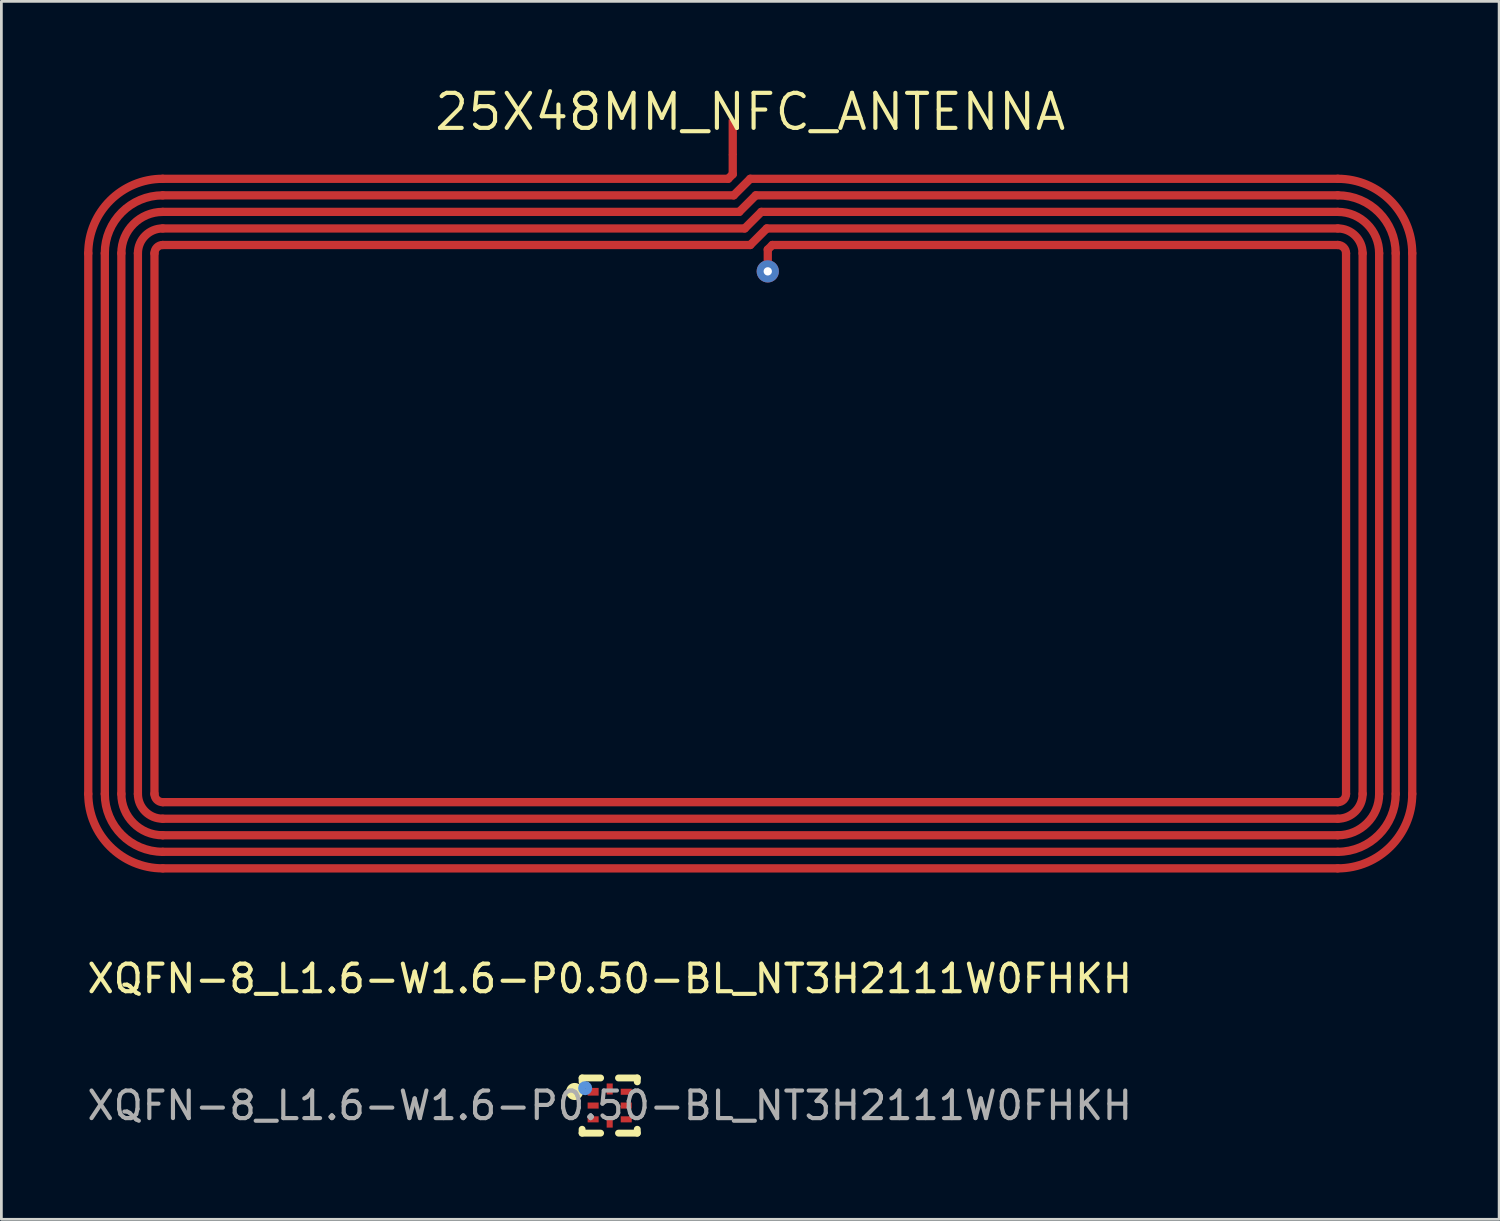
<source format=kicad_pcb>
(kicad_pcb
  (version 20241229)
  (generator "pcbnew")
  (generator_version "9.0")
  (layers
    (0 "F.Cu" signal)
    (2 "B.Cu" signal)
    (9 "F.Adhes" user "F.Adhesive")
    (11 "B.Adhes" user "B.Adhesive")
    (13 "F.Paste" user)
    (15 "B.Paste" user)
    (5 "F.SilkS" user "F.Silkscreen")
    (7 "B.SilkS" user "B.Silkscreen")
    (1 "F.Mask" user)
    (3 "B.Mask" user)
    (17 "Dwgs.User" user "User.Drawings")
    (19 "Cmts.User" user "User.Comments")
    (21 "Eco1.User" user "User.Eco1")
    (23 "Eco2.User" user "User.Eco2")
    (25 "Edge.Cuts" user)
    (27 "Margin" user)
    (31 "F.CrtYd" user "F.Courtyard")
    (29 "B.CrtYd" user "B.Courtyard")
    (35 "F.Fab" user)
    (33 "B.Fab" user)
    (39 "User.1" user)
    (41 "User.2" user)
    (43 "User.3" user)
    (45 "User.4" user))
  (footprint "25X48MM_NFC_ANTENNA"
    (layer "F.Cu")
    (at 24.15 15.932)
    (property "Reference" "25X48MM_NFC_ANTENNA" (at 0 -14.926 0) (layer "F.SilkS") (effects (font (size 1.27 1.27) (thickness 0.15))))
    (fp_line (start -24 -9.8) (end -24 9.8) (stroke (width 0.3) (type default)) (layer "F.Cu"))
    (fp_line (start -23.4 -9.8) (end -23.4 9.8) (stroke (width 0.3) (type default)) (layer "F.Cu"))
    (fp_line (start -22.8 -9.8) (end -22.8 9.8) (stroke (width 0.3) (type default)) (layer "F.Cu"))
    (fp_line (start -22.2 -9.8) (end -22.2 9.8) (stroke (width 0.3) (type default)) (layer "F.Cu"))
    (fp_line (start -21.6 -9.8) (end -21.6 9.8) (stroke (width 0.3) (type default)) (layer "F.Cu"))
    (fp_line (start -21.3 -11.9) (end -0.6 -11.9) (stroke (width 0.3) (type default)) (layer "F.Cu"))
    (fp_line (start -21.3 -11.3) (end -0.4 -11.3) (stroke (width 0.3) (type default)) (layer "F.Cu"))
    (fp_line (start -21.3 -10.7) (end -0.2 -10.7) (stroke (width 0.3) (type default)) (layer "F.Cu"))
    (fp_line (start -21.3 -10.1) (end 0 -10.1) (stroke (width 0.3) (type default)) (layer "F.Cu"))
    (fp_line (start -21.3 10.1) (end 21.3 10.1) (stroke (width 0.3) (type default)) (layer "F.Cu"))
    (fp_line (start -21.3 10.7) (end 21.3 10.7) (stroke (width 0.3) (type default)) (layer "F.Cu"))
    (fp_line (start -21.3 11.3) (end 21.3 11.3) (stroke (width 0.3) (type default)) (layer "F.Cu"))
    (fp_line (start -21.3 11.9) (end 21.3 11.9) (stroke (width 0.3) (type default)) (layer "F.Cu"))
    (fp_line (start -21.3 12.5) (end 21.3 12.5) (stroke (width 0.3) (type default)) (layer "F.Cu"))
    (fp_line (start -0.8 -12.5) (end -21.3 -12.5) (stroke (width 0.3) (type default)) (layer "F.Cu"))
    (fp_line (start -0.635 -13.335) (end -0.635 -12.665) (stroke (width 0.3) (type default)) (layer "F.Cu"))
    (fp_line (start -0.635 -12.665) (end -0.8 -12.5) (stroke (width 0.3) (type default)) (layer "F.Cu"))
    (fp_line (start -0.6 -11.9) (end 0 -12.5) (stroke (width 0.3) (type default)) (layer "F.Cu"))
    (fp_line (start -0.4 -11.3) (end 0.2 -11.9) (stroke (width 0.3) (type default)) (layer "F.Cu"))
    (fp_line (start -0.2 -10.7) (end 0.4 -11.3) (stroke (width 0.3) (type default)) (layer "F.Cu"))
    (fp_line (start 0 -12.5) (end 21.3 -12.5) (stroke (width 0.3) (type default)) (layer "F.Cu"))
    (fp_line (start 0 -10.1) (end 0.6 -10.7) (stroke (width 0.3) (type default)) (layer "F.Cu"))
    (fp_line (start 0.2 -11.9) (end 21.3 -11.9) (stroke (width 0.3) (type default)) (layer "F.Cu"))
    (fp_line (start 0.4 -11.3) (end 21.3 -11.3) (stroke (width 0.3) (type default)) (layer "F.Cu"))
    (fp_line (start 0.6 -10.7) (end 21.3 -10.7) (stroke (width 0.3) (type default)) (layer "F.Cu"))
    (fp_line (start 0.635 -9.935) (end 0.635 -9.525) (stroke (width 0.3) (type default)) (layer "F.Cu"))
    (fp_line (start 0.8 -10.1) (end 0.635 -9.935) (stroke (width 0.3) (type default)) (layer "F.Cu"))
    (fp_line (start 21.3 -10.1) (end 0.8 -10.1) (stroke (width 0.3) (type default)) (layer "F.Cu"))
    (fp_line (start 21.6 -9.8) (end 21.6 9.8) (stroke (width 0.3) (type default)) (layer "F.Cu"))
    (fp_line (start 22.2 -9.8) (end 22.2 9.8) (stroke (width 0.3) (type default)) (layer "F.Cu"))
    (fp_line (start 22.8 -9.8) (end 22.8 9.8) (stroke (width 0.3) (type default)) (layer "F.Cu"))
    (fp_line (start 23.4 -9.8) (end 23.4 9.8) (stroke (width 0.3) (type default)) (layer "F.Cu"))
    (fp_line (start 24 -9.8) (end 24 9.8) (stroke (width 0.3) (type default)) (layer "F.Cu"))
    (fp_arc (start -24 -9.8001) (mid -23.209159 -11.709359) (end -21.2999 -12.5001) (stroke (width 0.3) (type default)) (layer "F.Cu"))
    (fp_arc (start -23.4 -9.8001) (mid -22.784789 -11.284901) (end -21.2999 -11.8999) (stroke (width 0.3) (type default)) (layer "F.Cu"))
    (fp_arc (start -22.8001 -9.8001) (mid -22.360683 -10.860796) (end -21.2999 -11.3) (stroke (width 0.3) (type default)) (layer "F.Cu"))
    (fp_arc (start -22.1999 -9.8001) (mid -21.936296 -10.436496) (end -21.2999 -10.7) (stroke (width 0.3) (type default)) (layer "F.Cu"))
    (fp_arc (start -21.5999 -9.8001) (mid -21.512032 -10.012232) (end -21.2999 -10.1001) (stroke (width 0.3) (type default)) (layer "F.Cu"))
    (fp_arc (start -21.2999 10.1001) (mid -21.512032 10.012232) (end -21.5999 9.8001) (stroke (width 0.3) (type default)) (layer "F.Cu"))
    (fp_arc (start -21.2999 10.7) (mid -21.936225 10.436425) (end -22.1999 9.8001) (stroke (width 0.3) (type default)) (layer "F.Cu"))
    (fp_arc (start -21.2999 11.3) (mid -22.360683 10.860796) (end -22.8001 9.8001) (stroke (width 0.3) (type default)) (layer "F.Cu"))
    (fp_arc (start -21.2999 11.8999) (mid -22.784789 11.284901) (end -23.4 9.8001) (stroke (width 0.3) (type default)) (layer "F.Cu"))
    (fp_arc (start -21.2999 12.5001) (mid -23.209088 11.709288) (end -24 9.8001) (stroke (width 0.3) (type default)) (layer "F.Cu"))
    (fp_arc (start 21.2999 -12.5001) (mid 23.209088 -11.709288) (end 24 -9.8001) (stroke (width 0.3) (type default)) (layer "F.Cu"))
    (fp_arc (start 21.2999 -11.8999) (mid 22.784789 -11.284901) (end 23.4 -9.8001) (stroke (width 0.3) (type default)) (layer "F.Cu"))
    (fp_arc (start 21.2999 -11.3) (mid 22.360683 -10.860796) (end 22.8001 -9.8001) (stroke (width 0.3) (type default)) (layer "F.Cu"))
    (fp_arc (start 21.2999 -10.7) (mid 21.936225 -10.436425) (end 22.1999 -9.8001) (stroke (width 0.3) (type default)) (layer "F.Cu"))
    (fp_arc (start 21.2999 -10.1001) (mid 21.512032 -10.012232) (end 21.5999 -9.8001) (stroke (width 0.3) (type default)) (layer "F.Cu"))
    (fp_arc (start 21.5999 9.8001) (mid 21.512032 10.012232) (end 21.2999 10.1001) (stroke (width 0.3) (type default)) (layer "F.Cu"))
    (fp_arc (start 22.1999 9.8001) (mid 21.936296 10.436496) (end 21.2999 10.7) (stroke (width 0.3) (type default)) (layer "F.Cu"))
    (fp_arc (start 22.8001 9.8001) (mid 22.360683 10.860796) (end 21.2999 11.3) (stroke (width 0.3) (type default)) (layer "F.Cu"))
    (fp_arc (start 23.4 9.8001) (mid 22.784789 11.284901) (end 21.2999 11.8999) (stroke (width 0.3) (type default)) (layer "F.Cu"))
    (fp_arc (start 24 9.8001) (mid 23.209159 11.709359) (end 21.2999 12.5001) (stroke (width 0.3) (type default)) (layer "F.Cu"))
    (pad "P$1" smd rect (at -0.635 -14 90) (size 1.3 0.3) (layers "F.Cu" "F.Mask" "F.Paste"))
    (pad "P$2" thru_hole oval (at 0.635 -9.144) (size 0.808 0.808) (drill oval 0.3 0.3) (layers "*.Cu" "*.Mask")))
  (footprint "XQFN-8_L1.6-W1.6-P0.50-BL_NT3H2111W0FHKH"
    (layer "F.Cu")
    (at 19.054 37.031)
    (property "Reference" "XQFN-8_L1.6-W1.6-P0.50-BL_NT3H2111W0FHKH" (at 0 -4.6 0) (layer "F.SilkS") (effects (font (size 1 1) (thickness 0.15))))
    (attr smd)
    (fp_line (start -1 -1) (end -0.33 -1) (stroke (width 0.25) (type solid)) (layer "F.SilkS"))
    (fp_line (start -1 -0.86) (end -1 -1) (stroke (width 0.25) (type solid)) (layer "F.SilkS"))
    (fp_line (start -1 1) (end -1 0.86) (stroke (width 0.25) (type solid)) (layer "F.SilkS"))
    (fp_line (start -0.33 1) (end -1 1) (stroke (width 0.25) (type solid)) (layer "F.SilkS"))
    (fp_line (start 0.32 -1) (end 1 -1) (stroke (width 0.25) (type solid)) (layer "F.SilkS"))
    (fp_line (start 1 -1) (end 1 -0.86) (stroke (width 0.25) (type solid)) (layer "F.SilkS"))
    (fp_line (start 1 0.86) (end 1 1) (stroke (width 0.25) (type solid)) (layer "F.SilkS"))
    (fp_line (start 1 1) (end 0.32 1) (stroke (width 0.25) (type solid)) (layer "F.SilkS"))
    (fp_circle (center -1.27 -0.51) (end -1.21 -0.51) (stroke (width 0.25) (type solid)) (fill no) (layer "F.SilkS"))
    (fp_circle (center -0.89 -0.63) (end -0.76 -0.63) (stroke (width 0.25) (type solid)) (fill no) (layer "Cmts.User"))
    (fp_circle (center -0.8 -0.8) (end -0.77 -0.8) (stroke (width 0.06) (type solid)) (fill no) (layer "F.Fab"))
    (fp_text user "${REFERENCE}" (at 0 0 0) (layer "F.Fab") (effects (font (size 1 1) (thickness 0.15))))
    (pad "1" smd rect (at -0.6 -0.5) (size 0.4 0.28) (layers "F.Cu" "F.Mask" "F.Paste"))
    (pad "2" smd rect (at -0.6 0) (size 0.4 0.22) (layers "F.Cu" "F.Mask" "F.Paste"))
    (pad "3" smd rect (at -0.6 0.5) (size 0.4 0.22) (layers "F.Cu" "F.Mask" "F.Paste"))
    (pad "4" smd rect (at 0 0.6 90) (size 0.4 0.22) (layers "F.Cu" "F.Mask" "F.Paste"))
    (pad "5" smd rect (at 0.6 0.5) (size 0.4 0.22) (layers "F.Cu" "F.Mask" "F.Paste"))
    (pad "6" smd rect (at 0.6 0) (size 0.4 0.22) (layers "F.Cu" "F.Mask" "F.Paste"))
    (pad "7" smd rect (at 0.6 -0.5) (size 0.4 0.22) (layers "F.Cu" "F.Mask" "F.Paste"))
    (pad "8" smd rect (at 0 -0.6 90) (size 0.4 0.22) (layers "F.Cu" "F.Mask" "F.Paste")))
  (gr_rect
    (start -3 -3)
    (end 51.3 41.156)
    (stroke (width 0.1) (type default))
    (fill no)
    (layer "Edge.Cuts")))
</source>
